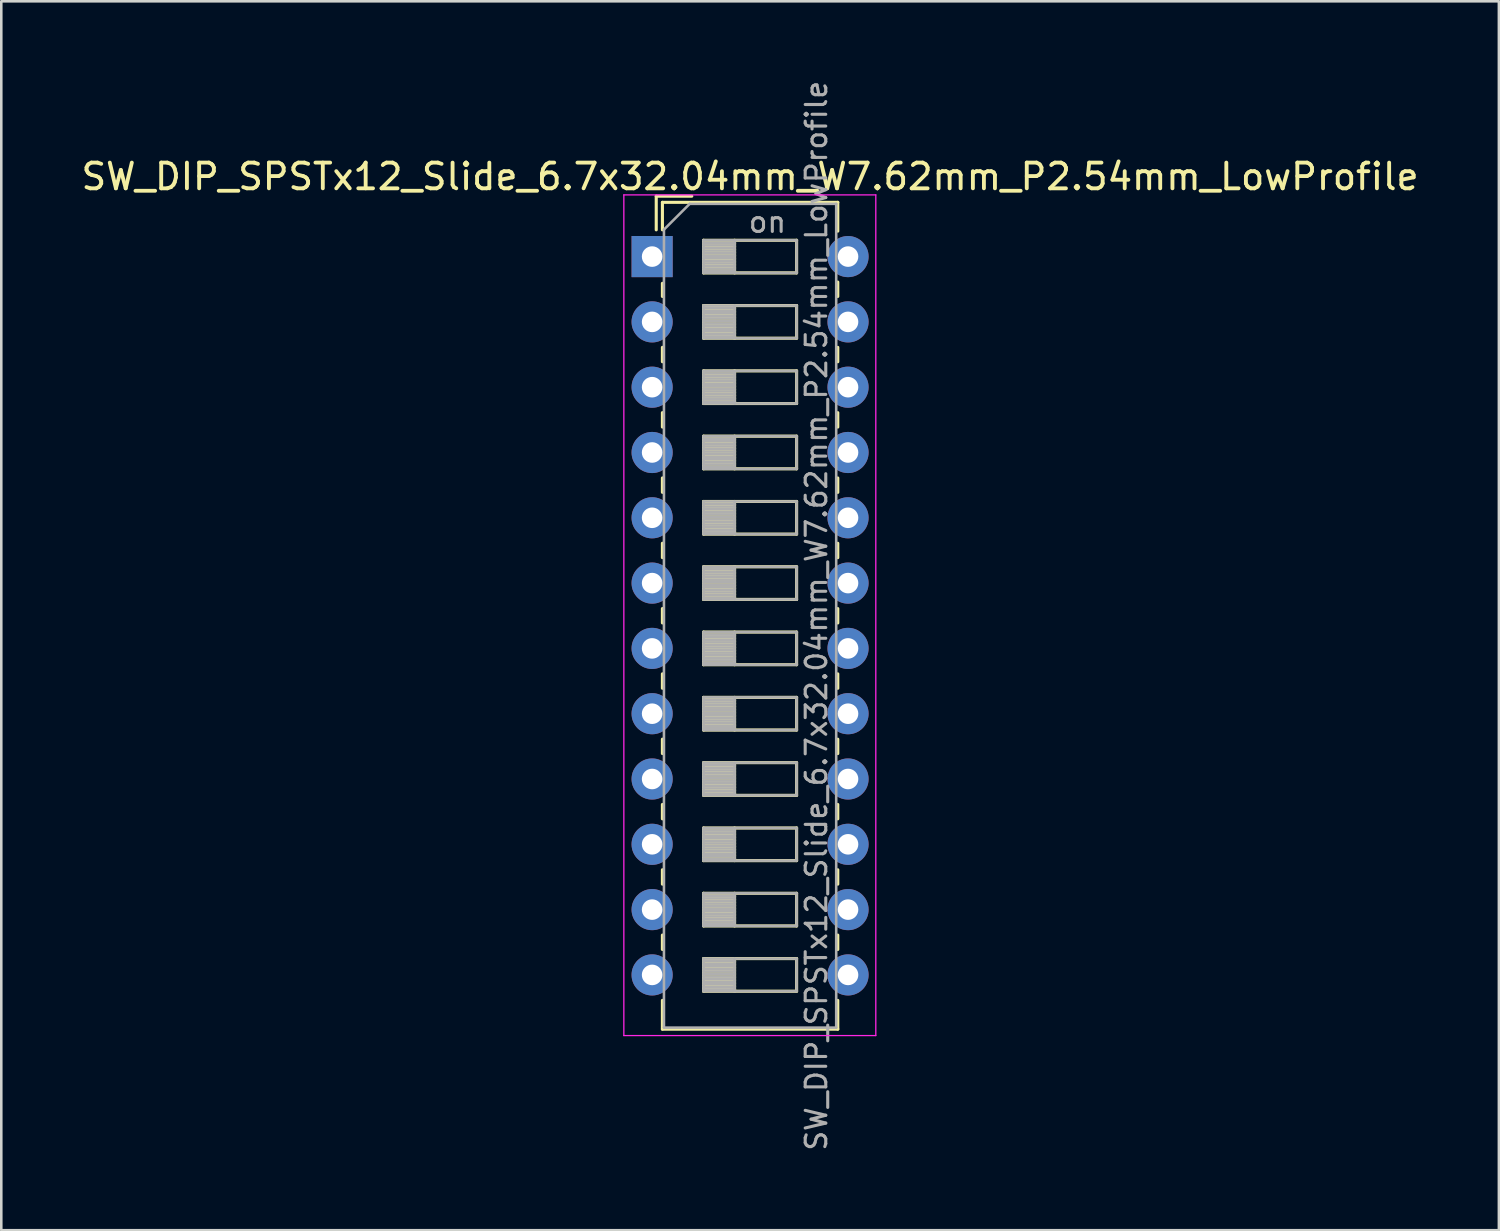
<source format=kicad_pcb>
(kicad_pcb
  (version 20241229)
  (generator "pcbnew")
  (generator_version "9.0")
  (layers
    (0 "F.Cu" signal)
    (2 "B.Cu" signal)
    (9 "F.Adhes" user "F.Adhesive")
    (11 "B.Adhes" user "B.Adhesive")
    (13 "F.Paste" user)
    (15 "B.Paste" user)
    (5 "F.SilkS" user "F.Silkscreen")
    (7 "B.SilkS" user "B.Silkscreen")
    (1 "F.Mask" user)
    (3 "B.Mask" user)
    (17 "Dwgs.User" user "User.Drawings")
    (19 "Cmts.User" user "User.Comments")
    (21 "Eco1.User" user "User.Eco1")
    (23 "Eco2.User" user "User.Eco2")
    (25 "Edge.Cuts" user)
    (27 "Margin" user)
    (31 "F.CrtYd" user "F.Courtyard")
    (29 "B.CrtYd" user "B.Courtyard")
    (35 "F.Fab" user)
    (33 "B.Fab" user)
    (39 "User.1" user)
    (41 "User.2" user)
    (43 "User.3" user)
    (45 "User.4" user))
  (footprint "SW_DIP_SPSTx12_Slide_6.7x32.04mm_W7.62mm_P2.54mm_LowProfile"
    (layer "F.Cu")
    (at 22.315 6.93)
    (property "Reference" "SW_DIP_SPSTx12_Slide_6.7x32.04mm_W7.62mm_P2.54mm_LowProfile" (at 3.81 -3.11 0) (layer "F.SilkS") (effects (font (size 1 1) (thickness 0.15))))
    (attr through_hole)
    (fp_line (start 0.16 -2.35) (end 0.16 -1.04) (stroke (width 0.12) (type solid)) (layer "F.SilkS"))
    (fp_line (start 0.16 -2.35) (end 1.543 -2.35) (stroke (width 0.12) (type solid)) (layer "F.SilkS"))
    (fp_line (start 0.4 -2.11) (end 0.4 -1.04) (stroke (width 0.12) (type solid)) (layer "F.SilkS"))
    (fp_line (start 0.4 -2.11) (end 7.221 -2.11) (stroke (width 0.12) (type solid)) (layer "F.SilkS"))
    (fp_line (start 0.4 1.04) (end 0.4 1.551) (stroke (width 0.12) (type solid)) (layer "F.SilkS"))
    (fp_line (start 0.4 3.53) (end 0.4 4.091) (stroke (width 0.12) (type solid)) (layer "F.SilkS"))
    (fp_line (start 0.4 6.07) (end 0.4 6.631) (stroke (width 0.12) (type solid)) (layer "F.SilkS"))
    (fp_line (start 0.4 8.61) (end 0.4 9.17) (stroke (width 0.12) (type solid)) (layer "F.SilkS"))
    (fp_line (start 0.4 11.15) (end 0.4 11.71) (stroke (width 0.12) (type solid)) (layer "F.SilkS"))
    (fp_line (start 0.4 13.69) (end 0.4 14.25) (stroke (width 0.12) (type solid)) (layer "F.SilkS"))
    (fp_line (start 0.4 16.23) (end 0.4 16.79) (stroke (width 0.12) (type solid)) (layer "F.SilkS"))
    (fp_line (start 0.4 18.77) (end 0.4 19.33) (stroke (width 0.12) (type solid)) (layer "F.SilkS"))
    (fp_line (start 0.4 21.31) (end 0.4 21.87) (stroke (width 0.12) (type solid)) (layer "F.SilkS"))
    (fp_line (start 0.4 23.85) (end 0.4 24.41) (stroke (width 0.12) (type solid)) (layer "F.SilkS"))
    (fp_line (start 0.4 26.39) (end 0.4 26.95) (stroke (width 0.12) (type solid)) (layer "F.SilkS"))
    (fp_line (start 0.4 28.93) (end 0.4 30.05) (stroke (width 0.12) (type solid)) (layer "F.SilkS"))
    (fp_line (start 0.4 30.05) (end 7.221 30.05) (stroke (width 0.12) (type solid)) (layer "F.SilkS"))
    (fp_line (start 2 -0.635) (end 2 0.635) (stroke (width 0.12) (type solid)) (layer "F.SilkS"))
    (fp_line (start 2 -0.515) (end 3.207 -0.515) (stroke (width 0.12) (type solid)) (layer "F.SilkS"))
    (fp_line (start 2 -0.395) (end 3.207 -0.395) (stroke (width 0.12) (type solid)) (layer "F.SilkS"))
    (fp_line (start 2 -0.275) (end 3.207 -0.275) (stroke (width 0.12) (type solid)) (layer "F.SilkS"))
    (fp_line (start 2 -0.155) (end 3.207 -0.155) (stroke (width 0.12) (type solid)) (layer "F.SilkS"))
    (fp_line (start 2 -0.035) (end 3.207 -0.035) (stroke (width 0.12) (type solid)) (layer "F.SilkS"))
    (fp_line (start 2 0.085) (end 3.207 0.085) (stroke (width 0.12) (type solid)) (layer "F.SilkS"))
    (fp_line (start 2 0.205) (end 3.207 0.205) (stroke (width 0.12) (type solid)) (layer "F.SilkS"))
    (fp_line (start 2 0.325) (end 3.207 0.325) (stroke (width 0.12) (type solid)) (layer "F.SilkS"))
    (fp_line (start 2 0.445) (end 3.207 0.445) (stroke (width 0.12) (type solid)) (layer "F.SilkS"))
    (fp_line (start 2 0.565) (end 3.207 0.565) (stroke (width 0.12) (type solid)) (layer "F.SilkS"))
    (fp_line (start 2 0.635) (end 5.62 0.635) (stroke (width 0.12) (type solid)) (layer "F.SilkS"))
    (fp_line (start 2 1.905) (end 2 3.175) (stroke (width 0.12) (type solid)) (layer "F.SilkS"))
    (fp_line (start 2 2.025) (end 3.207 2.025) (stroke (width 0.12) (type solid)) (layer "F.SilkS"))
    (fp_line (start 2 2.145) (end 3.207 2.145) (stroke (width 0.12) (type solid)) (layer "F.SilkS"))
    (fp_line (start 2 2.265) (end 3.207 2.265) (stroke (width 0.12) (type solid)) (layer "F.SilkS"))
    (fp_line (start 2 2.385) (end 3.207 2.385) (stroke (width 0.12) (type solid)) (layer "F.SilkS"))
    (fp_line (start 2 2.505) (end 3.207 2.505) (stroke (width 0.12) (type solid)) (layer "F.SilkS"))
    (fp_line (start 2 2.625) (end 3.207 2.625) (stroke (width 0.12) (type solid)) (layer "F.SilkS"))
    (fp_line (start 2 2.745) (end 3.207 2.745) (stroke (width 0.12) (type solid)) (layer "F.SilkS"))
    (fp_line (start 2 2.865) (end 3.207 2.865) (stroke (width 0.12) (type solid)) (layer "F.SilkS"))
    (fp_line (start 2 2.985) (end 3.207 2.985) (stroke (width 0.12) (type solid)) (layer "F.SilkS"))
    (fp_line (start 2 3.105) (end 3.207 3.105) (stroke (width 0.12) (type solid)) (layer "F.SilkS"))
    (fp_line (start 2 3.175) (end 5.62 3.175) (stroke (width 0.12) (type solid)) (layer "F.SilkS"))
    (fp_line (start 2 4.445) (end 2 5.715) (stroke (width 0.12) (type solid)) (layer "F.SilkS"))
    (fp_line (start 2 4.565) (end 3.207 4.565) (stroke (width 0.12) (type solid)) (layer "F.SilkS"))
    (fp_line (start 2 4.685) (end 3.207 4.685) (stroke (width 0.12) (type solid)) (layer "F.SilkS"))
    (fp_line (start 2 4.805) (end 3.207 4.805) (stroke (width 0.12) (type solid)) (layer "F.SilkS"))
    (fp_line (start 2 4.925) (end 3.207 4.925) (stroke (width 0.12) (type solid)) (layer "F.SilkS"))
    (fp_line (start 2 5.045) (end 3.207 5.045) (stroke (width 0.12) (type solid)) (layer "F.SilkS"))
    (fp_line (start 2 5.165) (end 3.207 5.165) (stroke (width 0.12) (type solid)) (layer "F.SilkS"))
    (fp_line (start 2 5.285) (end 3.207 5.285) (stroke (width 0.12) (type solid)) (layer "F.SilkS"))
    (fp_line (start 2 5.405) (end 3.207 5.405) (stroke (width 0.12) (type solid)) (layer "F.SilkS"))
    (fp_line (start 2 5.525) (end 3.207 5.525) (stroke (width 0.12) (type solid)) (layer "F.SilkS"))
    (fp_line (start 2 5.645) (end 3.207 5.645) (stroke (width 0.12) (type solid)) (layer "F.SilkS"))
    (fp_line (start 2 5.715) (end 5.62 5.715) (stroke (width 0.12) (type solid)) (layer "F.SilkS"))
    (fp_line (start 2 6.985) (end 2 8.255) (stroke (width 0.12) (type solid)) (layer "F.SilkS"))
    (fp_line (start 2 7.105) (end 3.207 7.105) (stroke (width 0.12) (type solid)) (layer "F.SilkS"))
    (fp_line (start 2 7.225) (end 3.207 7.225) (stroke (width 0.12) (type solid)) (layer "F.SilkS"))
    (fp_line (start 2 7.345) (end 3.207 7.345) (stroke (width 0.12) (type solid)) (layer "F.SilkS"))
    (fp_line (start 2 7.465) (end 3.207 7.465) (stroke (width 0.12) (type solid)) (layer "F.SilkS"))
    (fp_line (start 2 7.585) (end 3.207 7.585) (stroke (width 0.12) (type solid)) (layer "F.SilkS"))
    (fp_line (start 2 7.705) (end 3.207 7.705) (stroke (width 0.12) (type solid)) (layer "F.SilkS"))
    (fp_line (start 2 7.825) (end 3.207 7.825) (stroke (width 0.12) (type solid)) (layer "F.SilkS"))
    (fp_line (start 2 7.945) (end 3.207 7.945) (stroke (width 0.12) (type solid)) (layer "F.SilkS"))
    (fp_line (start 2 8.065) (end 3.207 8.065) (stroke (width 0.12) (type solid)) (layer "F.SilkS"))
    (fp_line (start 2 8.185) (end 3.207 8.185) (stroke (width 0.12) (type solid)) (layer "F.SilkS"))
    (fp_line (start 2 8.255) (end 5.62 8.255) (stroke (width 0.12) (type solid)) (layer "F.SilkS"))
    (fp_line (start 2 9.525) (end 2 10.795) (stroke (width 0.12) (type solid)) (layer "F.SilkS"))
    (fp_line (start 2 9.645) (end 3.207 9.645) (stroke (width 0.12) (type solid)) (layer "F.SilkS"))
    (fp_line (start 2 9.765) (end 3.207 9.765) (stroke (width 0.12) (type solid)) (layer "F.SilkS"))
    (fp_line (start 2 9.885) (end 3.207 9.885) (stroke (width 0.12) (type solid)) (layer "F.SilkS"))
    (fp_line (start 2 10.005) (end 3.207 10.005) (stroke (width 0.12) (type solid)) (layer "F.SilkS"))
    (fp_line (start 2 10.125) (end 3.207 10.125) (stroke (width 0.12) (type solid)) (layer "F.SilkS"))
    (fp_line (start 2 10.245) (end 3.207 10.245) (stroke (width 0.12) (type solid)) (layer "F.SilkS"))
    (fp_line (start 2 10.365) (end 3.207 10.365) (stroke (width 0.12) (type solid)) (layer "F.SilkS"))
    (fp_line (start 2 10.485) (end 3.207 10.485) (stroke (width 0.12) (type solid)) (layer "F.SilkS"))
    (fp_line (start 2 10.605) (end 3.207 10.605) (stroke (width 0.12) (type solid)) (layer "F.SilkS"))
    (fp_line (start 2 10.725) (end 3.207 10.725) (stroke (width 0.12) (type solid)) (layer "F.SilkS"))
    (fp_line (start 2 10.795) (end 5.62 10.795) (stroke (width 0.12) (type solid)) (layer "F.SilkS"))
    (fp_line (start 2 12.065) (end 2 13.335) (stroke (width 0.12) (type solid)) (layer "F.SilkS"))
    (fp_line (start 2 12.185) (end 3.207 12.185) (stroke (width 0.12) (type solid)) (layer "F.SilkS"))
    (fp_line (start 2 12.305) (end 3.207 12.305) (stroke (width 0.12) (type solid)) (layer "F.SilkS"))
    (fp_line (start 2 12.425) (end 3.207 12.425) (stroke (width 0.12) (type solid)) (layer "F.SilkS"))
    (fp_line (start 2 12.545) (end 3.207 12.545) (stroke (width 0.12) (type solid)) (layer "F.SilkS"))
    (fp_line (start 2 12.665) (end 3.207 12.665) (stroke (width 0.12) (type solid)) (layer "F.SilkS"))
    (fp_line (start 2 12.785) (end 3.207 12.785) (stroke (width 0.12) (type solid)) (layer "F.SilkS"))
    (fp_line (start 2 12.905) (end 3.207 12.905) (stroke (width 0.12) (type solid)) (layer "F.SilkS"))
    (fp_line (start 2 13.025) (end 3.207 13.025) (stroke (width 0.12) (type solid)) (layer "F.SilkS"))
    (fp_line (start 2 13.145) (end 3.207 13.145) (stroke (width 0.12) (type solid)) (layer "F.SilkS"))
    (fp_line (start 2 13.265) (end 3.207 13.265) (stroke (width 0.12) (type solid)) (layer "F.SilkS"))
    (fp_line (start 2 13.335) (end 5.62 13.335) (stroke (width 0.12) (type solid)) (layer "F.SilkS"))
    (fp_line (start 2 14.605) (end 2 15.875) (stroke (width 0.12) (type solid)) (layer "F.SilkS"))
    (fp_line (start 2 14.725) (end 3.207 14.725) (stroke (width 0.12) (type solid)) (layer "F.SilkS"))
    (fp_line (start 2 14.845) (end 3.207 14.845) (stroke (width 0.12) (type solid)) (layer "F.SilkS"))
    (fp_line (start 2 14.965) (end 3.207 14.965) (stroke (width 0.12) (type solid)) (layer "F.SilkS"))
    (fp_line (start 2 15.085) (end 3.207 15.085) (stroke (width 0.12) (type solid)) (layer "F.SilkS"))
    (fp_line (start 2 15.205) (end 3.207 15.205) (stroke (width 0.12) (type solid)) (layer "F.SilkS"))
    (fp_line (start 2 15.325) (end 3.207 15.325) (stroke (width 0.12) (type solid)) (layer "F.SilkS"))
    (fp_line (start 2 15.445) (end 3.207 15.445) (stroke (width 0.12) (type solid)) (layer "F.SilkS"))
    (fp_line (start 2 15.565) (end 3.207 15.565) (stroke (width 0.12) (type solid)) (layer "F.SilkS"))
    (fp_line (start 2 15.685) (end 3.207 15.685) (stroke (width 0.12) (type solid)) (layer "F.SilkS"))
    (fp_line (start 2 15.805) (end 3.207 15.805) (stroke (width 0.12) (type solid)) (layer "F.SilkS"))
    (fp_line (start 2 15.875) (end 5.62 15.875) (stroke (width 0.12) (type solid)) (layer "F.SilkS"))
    (fp_line (start 2 17.145) (end 2 18.415) (stroke (width 0.12) (type solid)) (layer "F.SilkS"))
    (fp_line (start 2 17.265) (end 3.207 17.265) (stroke (width 0.12) (type solid)) (layer "F.SilkS"))
    (fp_line (start 2 17.385) (end 3.207 17.385) (stroke (width 0.12) (type solid)) (layer "F.SilkS"))
    (fp_line (start 2 17.505) (end 3.207 17.505) (stroke (width 0.12) (type solid)) (layer "F.SilkS"))
    (fp_line (start 2 17.625) (end 3.207 17.625) (stroke (width 0.12) (type solid)) (layer "F.SilkS"))
    (fp_line (start 2 17.745) (end 3.207 17.745) (stroke (width 0.12) (type solid)) (layer "F.SilkS"))
    (fp_line (start 2 17.865) (end 3.207 17.865) (stroke (width 0.12) (type solid)) (layer "F.SilkS"))
    (fp_line (start 2 17.985) (end 3.207 17.985) (stroke (width 0.12) (type solid)) (layer "F.SilkS"))
    (fp_line (start 2 18.105) (end 3.207 18.105) (stroke (width 0.12) (type solid)) (layer "F.SilkS"))
    (fp_line (start 2 18.225) (end 3.207 18.225) (stroke (width 0.12) (type solid)) (layer "F.SilkS"))
    (fp_line (start 2 18.345) (end 3.207 18.345) (stroke (width 0.12) (type solid)) (layer "F.SilkS"))
    (fp_line (start 2 18.415) (end 5.62 18.415) (stroke (width 0.12) (type solid)) (layer "F.SilkS"))
    (fp_line (start 2 19.685) (end 2 20.955) (stroke (width 0.12) (type solid)) (layer "F.SilkS"))
    (fp_line (start 2 19.805) (end 3.207 19.805) (stroke (width 0.12) (type solid)) (layer "F.SilkS"))
    (fp_line (start 2 19.925) (end 3.207 19.925) (stroke (width 0.12) (type solid)) (layer "F.SilkS"))
    (fp_line (start 2 20.045) (end 3.207 20.045) (stroke (width 0.12) (type solid)) (layer "F.SilkS"))
    (fp_line (start 2 20.165) (end 3.207 20.165) (stroke (width 0.12) (type solid)) (layer "F.SilkS"))
    (fp_line (start 2 20.285) (end 3.207 20.285) (stroke (width 0.12) (type solid)) (layer "F.SilkS"))
    (fp_line (start 2 20.405) (end 3.207 20.405) (stroke (width 0.12) (type solid)) (layer "F.SilkS"))
    (fp_line (start 2 20.525) (end 3.207 20.525) (stroke (width 0.12) (type solid)) (layer "F.SilkS"))
    (fp_line (start 2 20.645) (end 3.207 20.645) (stroke (width 0.12) (type solid)) (layer "F.SilkS"))
    (fp_line (start 2 20.765) (end 3.207 20.765) (stroke (width 0.12) (type solid)) (layer "F.SilkS"))
    (fp_line (start 2 20.885) (end 3.207 20.885) (stroke (width 0.12) (type solid)) (layer "F.SilkS"))
    (fp_line (start 2 20.955) (end 5.62 20.955) (stroke (width 0.12) (type solid)) (layer "F.SilkS"))
    (fp_line (start 2 22.225) (end 2 23.495) (stroke (width 0.12) (type solid)) (layer "F.SilkS"))
    (fp_line (start 2 22.345) (end 3.207 22.345) (stroke (width 0.12) (type solid)) (layer "F.SilkS"))
    (fp_line (start 2 22.465) (end 3.207 22.465) (stroke (width 0.12) (type solid)) (layer "F.SilkS"))
    (fp_line (start 2 22.585) (end 3.207 22.585) (stroke (width 0.12) (type solid)) (layer "F.SilkS"))
    (fp_line (start 2 22.705) (end 3.207 22.705) (stroke (width 0.12) (type solid)) (layer "F.SilkS"))
    (fp_line (start 2 22.825) (end 3.207 22.825) (stroke (width 0.12) (type solid)) (layer "F.SilkS"))
    (fp_line (start 2 22.945) (end 3.207 22.945) (stroke (width 0.12) (type solid)) (layer "F.SilkS"))
    (fp_line (start 2 23.065) (end 3.207 23.065) (stroke (width 0.12) (type solid)) (layer "F.SilkS"))
    (fp_line (start 2 23.185) (end 3.207 23.185) (stroke (width 0.12) (type solid)) (layer "F.SilkS"))
    (fp_line (start 2 23.305) (end 3.207 23.305) (stroke (width 0.12) (type solid)) (layer "F.SilkS"))
    (fp_line (start 2 23.425) (end 3.207 23.425) (stroke (width 0.12) (type solid)) (layer "F.SilkS"))
    (fp_line (start 2 23.495) (end 5.62 23.495) (stroke (width 0.12) (type solid)) (layer "F.SilkS"))
    (fp_line (start 2 24.765) (end 2 26.035) (stroke (width 0.12) (type solid)) (layer "F.SilkS"))
    (fp_line (start 2 24.885) (end 3.207 24.885) (stroke (width 0.12) (type solid)) (layer "F.SilkS"))
    (fp_line (start 2 25.005) (end 3.207 25.005) (stroke (width 0.12) (type solid)) (layer "F.SilkS"))
    (fp_line (start 2 25.125) (end 3.207 25.125) (stroke (width 0.12) (type solid)) (layer "F.SilkS"))
    (fp_line (start 2 25.245) (end 3.207 25.245) (stroke (width 0.12) (type solid)) (layer "F.SilkS"))
    (fp_line (start 2 25.365) (end 3.207 25.365) (stroke (width 0.12) (type solid)) (layer "F.SilkS"))
    (fp_line (start 2 25.485) (end 3.207 25.485) (stroke (width 0.12) (type solid)) (layer "F.SilkS"))
    (fp_line (start 2 25.605) (end 3.207 25.605) (stroke (width 0.12) (type solid)) (layer "F.SilkS"))
    (fp_line (start 2 25.725) (end 3.207 25.725) (stroke (width 0.12) (type solid)) (layer "F.SilkS"))
    (fp_line (start 2 25.845) (end 3.207 25.845) (stroke (width 0.12) (type solid)) (layer "F.SilkS"))
    (fp_line (start 2 25.965) (end 3.207 25.965) (stroke (width 0.12) (type solid)) (layer "F.SilkS"))
    (fp_line (start 2 26.035) (end 5.62 26.035) (stroke (width 0.12) (type solid)) (layer "F.SilkS"))
    (fp_line (start 2 27.305) (end 2 28.575) (stroke (width 0.12) (type solid)) (layer "F.SilkS"))
    (fp_line (start 2 27.425) (end 3.207 27.425) (stroke (width 0.12) (type solid)) (layer "F.SilkS"))
    (fp_line (start 2 27.545) (end 3.207 27.545) (stroke (width 0.12) (type solid)) (layer "F.SilkS"))
    (fp_line (start 2 27.665) (end 3.207 27.665) (stroke (width 0.12) (type solid)) (layer "F.SilkS"))
    (fp_line (start 2 27.785) (end 3.207 27.785) (stroke (width 0.12) (type solid)) (layer "F.SilkS"))
    (fp_line (start 2 27.905) (end 3.207 27.905) (stroke (width 0.12) (type solid)) (layer "F.SilkS"))
    (fp_line (start 2 28.025) (end 3.207 28.025) (stroke (width 0.12) (type solid)) (layer "F.SilkS"))
    (fp_line (start 2 28.145) (end 3.207 28.145) (stroke (width 0.12) (type solid)) (layer "F.SilkS"))
    (fp_line (start 2 28.265) (end 3.207 28.265) (stroke (width 0.12) (type solid)) (layer "F.SilkS"))
    (fp_line (start 2 28.385) (end 3.207 28.385) (stroke (width 0.12) (type solid)) (layer "F.SilkS"))
    (fp_line (start 2 28.505) (end 3.207 28.505) (stroke (width 0.12) (type solid)) (layer "F.SilkS"))
    (fp_line (start 2 28.575) (end 5.62 28.575) (stroke (width 0.12) (type solid)) (layer "F.SilkS"))
    (fp_line (start 3.207 -0.635) (end 3.207 0.635) (stroke (width 0.12) (type solid)) (layer "F.SilkS"))
    (fp_line (start 3.207 1.905) (end 3.207 3.175) (stroke (width 0.12) (type solid)) (layer "F.SilkS"))
    (fp_line (start 3.207 4.445) (end 3.207 5.715) (stroke (width 0.12) (type solid)) (layer "F.SilkS"))
    (fp_line (start 3.207 6.985) (end 3.207 8.255) (stroke (width 0.12) (type solid)) (layer "F.SilkS"))
    (fp_line (start 3.207 9.525) (end 3.207 10.795) (stroke (width 0.12) (type solid)) (layer "F.SilkS"))
    (fp_line (start 3.207 12.065) (end 3.207 13.335) (stroke (width 0.12) (type solid)) (layer "F.SilkS"))
    (fp_line (start 3.207 14.605) (end 3.207 15.875) (stroke (width 0.12) (type solid)) (layer "F.SilkS"))
    (fp_line (start 3.207 17.145) (end 3.207 18.415) (stroke (width 0.12) (type solid)) (layer "F.SilkS"))
    (fp_line (start 3.207 19.685) (end 3.207 20.955) (stroke (width 0.12) (type solid)) (layer "F.SilkS"))
    (fp_line (start 3.207 22.225) (end 3.207 23.495) (stroke (width 0.12) (type solid)) (layer "F.SilkS"))
    (fp_line (start 3.207 24.765) (end 3.207 26.035) (stroke (width 0.12) (type solid)) (layer "F.SilkS"))
    (fp_line (start 3.207 27.305) (end 3.207 28.575) (stroke (width 0.12) (type solid)) (layer "F.SilkS"))
    (fp_line (start 5.62 -0.635) (end 2 -0.635) (stroke (width 0.12) (type solid)) (layer "F.SilkS"))
    (fp_line (start 5.62 0.635) (end 5.62 -0.635) (stroke (width 0.12) (type solid)) (layer "F.SilkS"))
    (fp_line (start 5.62 1.905) (end 2 1.905) (stroke (width 0.12) (type solid)) (layer "F.SilkS"))
    (fp_line (start 5.62 3.175) (end 5.62 1.905) (stroke (width 0.12) (type solid)) (layer "F.SilkS"))
    (fp_line (start 5.62 4.445) (end 2 4.445) (stroke (width 0.12) (type solid)) (layer "F.SilkS"))
    (fp_line (start 5.62 5.715) (end 5.62 4.445) (stroke (width 0.12) (type solid)) (layer "F.SilkS"))
    (fp_line (start 5.62 6.985) (end 2 6.985) (stroke (width 0.12) (type solid)) (layer "F.SilkS"))
    (fp_line (start 5.62 8.255) (end 5.62 6.985) (stroke (width 0.12) (type solid)) (layer "F.SilkS"))
    (fp_line (start 5.62 9.525) (end 2 9.525) (stroke (width 0.12) (type solid)) (layer "F.SilkS"))
    (fp_line (start 5.62 10.795) (end 5.62 9.525) (stroke (width 0.12) (type solid)) (layer "F.SilkS"))
    (fp_line (start 5.62 12.065) (end 2 12.065) (stroke (width 0.12) (type solid)) (layer "F.SilkS"))
    (fp_line (start 5.62 13.335) (end 5.62 12.065) (stroke (width 0.12) (type solid)) (layer "F.SilkS"))
    (fp_line (start 5.62 14.605) (end 2 14.605) (stroke (width 0.12) (type solid)) (layer "F.SilkS"))
    (fp_line (start 5.62 15.875) (end 5.62 14.605) (stroke (width 0.12) (type solid)) (layer "F.SilkS"))
    (fp_line (start 5.62 17.145) (end 2 17.145) (stroke (width 0.12) (type solid)) (layer "F.SilkS"))
    (fp_line (start 5.62 18.415) (end 5.62 17.145) (stroke (width 0.12) (type solid)) (layer "F.SilkS"))
    (fp_line (start 5.62 19.685) (end 2 19.685) (stroke (width 0.12) (type solid)) (layer "F.SilkS"))
    (fp_line (start 5.62 20.955) (end 5.62 19.685) (stroke (width 0.12) (type solid)) (layer "F.SilkS"))
    (fp_line (start 5.62 22.225) (end 2 22.225) (stroke (width 0.12) (type solid)) (layer "F.SilkS"))
    (fp_line (start 5.62 23.495) (end 5.62 22.225) (stroke (width 0.12) (type solid)) (layer "F.SilkS"))
    (fp_line (start 5.62 24.765) (end 2 24.765) (stroke (width 0.12) (type solid)) (layer "F.SilkS"))
    (fp_line (start 5.62 26.035) (end 5.62 24.765) (stroke (width 0.12) (type solid)) (layer "F.SilkS"))
    (fp_line (start 5.62 27.305) (end 2 27.305) (stroke (width 0.12) (type solid)) (layer "F.SilkS"))
    (fp_line (start 5.62 28.575) (end 5.62 27.305) (stroke (width 0.12) (type solid)) (layer "F.SilkS"))
    (fp_line (start 7.221 -2.11) (end 7.221 -0.99) (stroke (width 0.12) (type solid)) (layer "F.SilkS"))
    (fp_line (start 7.221 0.991) (end 7.221 1.551) (stroke (width 0.12) (type solid)) (layer "F.SilkS"))
    (fp_line (start 7.221 3.531) (end 7.221 4.091) (stroke (width 0.12) (type solid)) (layer "F.SilkS"))
    (fp_line (start 7.221 6.071) (end 7.221 6.631) (stroke (width 0.12) (type solid)) (layer "F.SilkS"))
    (fp_line (start 7.221 8.611) (end 7.221 9.171) (stroke (width 0.12) (type solid)) (layer "F.SilkS"))
    (fp_line (start 7.221 11.151) (end 7.221 11.711) (stroke (width 0.12) (type solid)) (layer "F.SilkS"))
    (fp_line (start 7.221 13.691) (end 7.221 14.251) (stroke (width 0.12) (type solid)) (layer "F.SilkS"))
    (fp_line (start 7.221 16.231) (end 7.221 16.791) (stroke (width 0.12) (type solid)) (layer "F.SilkS"))
    (fp_line (start 7.221 18.771) (end 7.221 19.33) (stroke (width 0.12) (type solid)) (layer "F.SilkS"))
    (fp_line (start 7.221 21.311) (end 7.221 21.87) (stroke (width 0.12) (type solid)) (layer "F.SilkS"))
    (fp_line (start 7.221 23.851) (end 7.221 24.41) (stroke (width 0.12) (type solid)) (layer "F.SilkS"))
    (fp_line (start 7.221 26.391) (end 7.221 26.95) (stroke (width 0.12) (type solid)) (layer "F.SilkS"))
    (fp_line (start 7.221 28.931) (end 7.221 30.05) (stroke (width 0.12) (type solid)) (layer "F.SilkS"))
    (fp_line (start -1.1 -2.4) (end -1.1 30.3) (stroke (width 0.05) (type solid)) (layer "F.CrtYd"))
    (fp_line (start -1.1 30.3) (end 8.7 30.3) (stroke (width 0.05) (type solid)) (layer "F.CrtYd"))
    (fp_line (start 8.7 -2.4) (end -1.1 -2.4) (stroke (width 0.05) (type solid)) (layer "F.CrtYd"))
    (fp_line (start 8.7 30.3) (end 8.7 -2.4) (stroke (width 0.05) (type solid)) (layer "F.CrtYd"))
    (fp_line (start 0.46 -1.05) (end 1.46 -2.05) (stroke (width 0.1) (type solid)) (layer "F.Fab"))
    (fp_line (start 0.46 29.99) (end 0.46 -1.05) (stroke (width 0.1) (type solid)) (layer "F.Fab"))
    (fp_line (start 1.46 -2.05) (end 7.16 -2.05) (stroke (width 0.1) (type solid)) (layer "F.Fab"))
    (fp_line (start 2 -0.635) (end 2 0.635) (stroke (width 0.1) (type solid)) (layer "F.Fab"))
    (fp_line (start 2 -0.535) (end 3.207 -0.535) (stroke (width 0.1) (type solid)) (layer "F.Fab"))
    (fp_line (start 2 -0.435) (end 3.207 -0.435) (stroke (width 0.1) (type solid)) (layer "F.Fab"))
    (fp_line (start 2 -0.335) (end 3.207 -0.335) (stroke (width 0.1) (type solid)) (layer "F.Fab"))
    (fp_line (start 2 -0.235) (end 3.207 -0.235) (stroke (width 0.1) (type solid)) (layer "F.Fab"))
    (fp_line (start 2 -0.135) (end 3.207 -0.135) (stroke (width 0.1) (type solid)) (layer "F.Fab"))
    (fp_line (start 2 -0.035) (end 3.207 -0.035) (stroke (width 0.1) (type solid)) (layer "F.Fab"))
    (fp_line (start 2 0.065) (end 3.207 0.065) (stroke (width 0.1) (type solid)) (layer "F.Fab"))
    (fp_line (start 2 0.165) (end 3.207 0.165) (stroke (width 0.1) (type solid)) (layer "F.Fab"))
    (fp_line (start 2 0.265) (end 3.207 0.265) (stroke (width 0.1) (type solid)) (layer "F.Fab"))
    (fp_line (start 2 0.365) (end 3.207 0.365) (stroke (width 0.1) (type solid)) (layer "F.Fab"))
    (fp_line (start 2 0.465) (end 3.207 0.465) (stroke (width 0.1) (type solid)) (layer "F.Fab"))
    (fp_line (start 2 0.565) (end 3.207 0.565) (stroke (width 0.1) (type solid)) (layer "F.Fab"))
    (fp_line (start 2 0.635) (end 5.62 0.635) (stroke (width 0.1) (type solid)) (layer "F.Fab"))
    (fp_line (start 2 1.905) (end 2 3.175) (stroke (width 0.1) (type solid)) (layer "F.Fab"))
    (fp_line (start 2 2.005) (end 3.207 2.005) (stroke (width 0.1) (type solid)) (layer "F.Fab"))
    (fp_line (start 2 2.105) (end 3.207 2.105) (stroke (width 0.1) (type solid)) (layer "F.Fab"))
    (fp_line (start 2 2.205) (end 3.207 2.205) (stroke (width 0.1) (type solid)) (layer "F.Fab"))
    (fp_line (start 2 2.305) (end 3.207 2.305) (stroke (width 0.1) (type solid)) (layer "F.Fab"))
    (fp_line (start 2 2.405) (end 3.207 2.405) (stroke (width 0.1) (type solid)) (layer "F.Fab"))
    (fp_line (start 2 2.505) (end 3.207 2.505) (stroke (width 0.1) (type solid)) (layer "F.Fab"))
    (fp_line (start 2 2.605) (end 3.207 2.605) (stroke (width 0.1) (type solid)) (layer "F.Fab"))
    (fp_line (start 2 2.705) (end 3.207 2.705) (stroke (width 0.1) (type solid)) (layer "F.Fab"))
    (fp_line (start 2 2.805) (end 3.207 2.805) (stroke (width 0.1) (type solid)) (layer "F.Fab"))
    (fp_line (start 2 2.905) (end 3.207 2.905) (stroke (width 0.1) (type solid)) (layer "F.Fab"))
    (fp_line (start 2 3.005) (end 3.207 3.005) (stroke (width 0.1) (type solid)) (layer "F.Fab"))
    (fp_line (start 2 3.105) (end 3.207 3.105) (stroke (width 0.1) (type solid)) (layer "F.Fab"))
    (fp_line (start 2 3.175) (end 5.62 3.175) (stroke (width 0.1) (type solid)) (layer "F.Fab"))
    (fp_line (start 2 4.445) (end 2 5.715) (stroke (width 0.1) (type solid)) (layer "F.Fab"))
    (fp_line (start 2 4.545) (end 3.207 4.545) (stroke (width 0.1) (type solid)) (layer "F.Fab"))
    (fp_line (start 2 4.645) (end 3.207 4.645) (stroke (width 0.1) (type solid)) (layer "F.Fab"))
    (fp_line (start 2 4.745) (end 3.207 4.745) (stroke (width 0.1) (type solid)) (layer "F.Fab"))
    (fp_line (start 2 4.845) (end 3.207 4.845) (stroke (width 0.1) (type solid)) (layer "F.Fab"))
    (fp_line (start 2 4.945) (end 3.207 4.945) (stroke (width 0.1) (type solid)) (layer "F.Fab"))
    (fp_line (start 2 5.045) (end 3.207 5.045) (stroke (width 0.1) (type solid)) (layer "F.Fab"))
    (fp_line (start 2 5.145) (end 3.207 5.145) (stroke (width 0.1) (type solid)) (layer "F.Fab"))
    (fp_line (start 2 5.245) (end 3.207 5.245) (stroke (width 0.1) (type solid)) (layer "F.Fab"))
    (fp_line (start 2 5.345) (end 3.207 5.345) (stroke (width 0.1) (type solid)) (layer "F.Fab"))
    (fp_line (start 2 5.445) (end 3.207 5.445) (stroke (width 0.1) (type solid)) (layer "F.Fab"))
    (fp_line (start 2 5.545) (end 3.207 5.545) (stroke (width 0.1) (type solid)) (layer "F.Fab"))
    (fp_line (start 2 5.645) (end 3.207 5.645) (stroke (width 0.1) (type solid)) (layer "F.Fab"))
    (fp_line (start 2 5.715) (end 5.62 5.715) (stroke (width 0.1) (type solid)) (layer "F.Fab"))
    (fp_line (start 2 6.985) (end 2 8.255) (stroke (width 0.1) (type solid)) (layer "F.Fab"))
    (fp_line (start 2 7.085) (end 3.207 7.085) (stroke (width 0.1) (type solid)) (layer "F.Fab"))
    (fp_line (start 2 7.185) (end 3.207 7.185) (stroke (width 0.1) (type solid)) (layer "F.Fab"))
    (fp_line (start 2 7.285) (end 3.207 7.285) (stroke (width 0.1) (type solid)) (layer "F.Fab"))
    (fp_line (start 2 7.385) (end 3.207 7.385) (stroke (width 0.1) (type solid)) (layer "F.Fab"))
    (fp_line (start 2 7.485) (end 3.207 7.485) (stroke (width 0.1) (type solid)) (layer "F.Fab"))
    (fp_line (start 2 7.585) (end 3.207 7.585) (stroke (width 0.1) (type solid)) (layer "F.Fab"))
    (fp_line (start 2 7.685) (end 3.207 7.685) (stroke (width 0.1) (type solid)) (layer "F.Fab"))
    (fp_line (start 2 7.785) (end 3.207 7.785) (stroke (width 0.1) (type solid)) (layer "F.Fab"))
    (fp_line (start 2 7.885) (end 3.207 7.885) (stroke (width 0.1) (type solid)) (layer "F.Fab"))
    (fp_line (start 2 7.985) (end 3.207 7.985) (stroke (width 0.1) (type solid)) (layer "F.Fab"))
    (fp_line (start 2 8.085) (end 3.207 8.085) (stroke (width 0.1) (type solid)) (layer "F.Fab"))
    (fp_line (start 2 8.185) (end 3.207 8.185) (stroke (width 0.1) (type solid)) (layer "F.Fab"))
    (fp_line (start 2 8.255) (end 5.62 8.255) (stroke (width 0.1) (type solid)) (layer "F.Fab"))
    (fp_line (start 2 9.525) (end 2 10.795) (stroke (width 0.1) (type solid)) (layer "F.Fab"))
    (fp_line (start 2 9.625) (end 3.207 9.625) (stroke (width 0.1) (type solid)) (layer "F.Fab"))
    (fp_line (start 2 9.725) (end 3.207 9.725) (stroke (width 0.1) (type solid)) (layer "F.Fab"))
    (fp_line (start 2 9.825) (end 3.207 9.825) (stroke (width 0.1) (type solid)) (layer "F.Fab"))
    (fp_line (start 2 9.925) (end 3.207 9.925) (stroke (width 0.1) (type solid)) (layer "F.Fab"))
    (fp_line (start 2 10.025) (end 3.207 10.025) (stroke (width 0.1) (type solid)) (layer "F.Fab"))
    (fp_line (start 2 10.125) (end 3.207 10.125) (stroke (width 0.1) (type solid)) (layer "F.Fab"))
    (fp_line (start 2 10.225) (end 3.207 10.225) (stroke (width 0.1) (type solid)) (layer "F.Fab"))
    (fp_line (start 2 10.325) (end 3.207 10.325) (stroke (width 0.1) (type solid)) (layer "F.Fab"))
    (fp_line (start 2 10.425) (end 3.207 10.425) (stroke (width 0.1) (type solid)) (layer "F.Fab"))
    (fp_line (start 2 10.525) (end 3.207 10.525) (stroke (width 0.1) (type solid)) (layer "F.Fab"))
    (fp_line (start 2 10.625) (end 3.207 10.625) (stroke (width 0.1) (type solid)) (layer "F.Fab"))
    (fp_line (start 2 10.725) (end 3.207 10.725) (stroke (width 0.1) (type solid)) (layer "F.Fab"))
    (fp_line (start 2 10.795) (end 5.62 10.795) (stroke (width 0.1) (type solid)) (layer "F.Fab"))
    (fp_line (start 2 12.065) (end 2 13.335) (stroke (width 0.1) (type solid)) (layer "F.Fab"))
    (fp_line (start 2 12.165) (end 3.207 12.165) (stroke (width 0.1) (type solid)) (layer "F.Fab"))
    (fp_line (start 2 12.265) (end 3.207 12.265) (stroke (width 0.1) (type solid)) (layer "F.Fab"))
    (fp_line (start 2 12.365) (end 3.207 12.365) (stroke (width 0.1) (type solid)) (layer "F.Fab"))
    (fp_line (start 2 12.465) (end 3.207 12.465) (stroke (width 0.1) (type solid)) (layer "F.Fab"))
    (fp_line (start 2 12.565) (end 3.207 12.565) (stroke (width 0.1) (type solid)) (layer "F.Fab"))
    (fp_line (start 2 12.665) (end 3.207 12.665) (stroke (width 0.1) (type solid)) (layer "F.Fab"))
    (fp_line (start 2 12.765) (end 3.207 12.765) (stroke (width 0.1) (type solid)) (layer "F.Fab"))
    (fp_line (start 2 12.865) (end 3.207 12.865) (stroke (width 0.1) (type solid)) (layer "F.Fab"))
    (fp_line (start 2 12.965) (end 3.207 12.965) (stroke (width 0.1) (type solid)) (layer "F.Fab"))
    (fp_line (start 2 13.065) (end 3.207 13.065) (stroke (width 0.1) (type solid)) (layer "F.Fab"))
    (fp_line (start 2 13.165) (end 3.207 13.165) (stroke (width 0.1) (type solid)) (layer "F.Fab"))
    (fp_line (start 2 13.265) (end 3.207 13.265) (stroke (width 0.1) (type solid)) (layer "F.Fab"))
    (fp_line (start 2 13.335) (end 5.62 13.335) (stroke (width 0.1) (type solid)) (layer "F.Fab"))
    (fp_line (start 2 14.605) (end 2 15.875) (stroke (width 0.1) (type solid)) (layer "F.Fab"))
    (fp_line (start 2 14.705) (end 3.207 14.705) (stroke (width 0.1) (type solid)) (layer "F.Fab"))
    (fp_line (start 2 14.805) (end 3.207 14.805) (stroke (width 0.1) (type solid)) (layer "F.Fab"))
    (fp_line (start 2 14.905) (end 3.207 14.905) (stroke (width 0.1) (type solid)) (layer "F.Fab"))
    (fp_line (start 2 15.005) (end 3.207 15.005) (stroke (width 0.1) (type solid)) (layer "F.Fab"))
    (fp_line (start 2 15.105) (end 3.207 15.105) (stroke (width 0.1) (type solid)) (layer "F.Fab"))
    (fp_line (start 2 15.205) (end 3.207 15.205) (stroke (width 0.1) (type solid)) (layer "F.Fab"))
    (fp_line (start 2 15.305) (end 3.207 15.305) (stroke (width 0.1) (type solid)) (layer "F.Fab"))
    (fp_line (start 2 15.405) (end 3.207 15.405) (stroke (width 0.1) (type solid)) (layer "F.Fab"))
    (fp_line (start 2 15.505) (end 3.207 15.505) (stroke (width 0.1) (type solid)) (layer "F.Fab"))
    (fp_line (start 2 15.605) (end 3.207 15.605) (stroke (width 0.1) (type solid)) (layer "F.Fab"))
    (fp_line (start 2 15.705) (end 3.207 15.705) (stroke (width 0.1) (type solid)) (layer "F.Fab"))
    (fp_line (start 2 15.805) (end 3.207 15.805) (stroke (width 0.1) (type solid)) (layer "F.Fab"))
    (fp_line (start 2 15.875) (end 5.62 15.875) (stroke (width 0.1) (type solid)) (layer "F.Fab"))
    (fp_line (start 2 17.145) (end 2 18.415) (stroke (width 0.1) (type solid)) (layer "F.Fab"))
    (fp_line (start 2 17.245) (end 3.207 17.245) (stroke (width 0.1) (type solid)) (layer "F.Fab"))
    (fp_line (start 2 17.345) (end 3.207 17.345) (stroke (width 0.1) (type solid)) (layer "F.Fab"))
    (fp_line (start 2 17.445) (end 3.207 17.445) (stroke (width 0.1) (type solid)) (layer "F.Fab"))
    (fp_line (start 2 17.545) (end 3.207 17.545) (stroke (width 0.1) (type solid)) (layer "F.Fab"))
    (fp_line (start 2 17.645) (end 3.207 17.645) (stroke (width 0.1) (type solid)) (layer "F.Fab"))
    (fp_line (start 2 17.745) (end 3.207 17.745) (stroke (width 0.1) (type solid)) (layer "F.Fab"))
    (fp_line (start 2 17.845) (end 3.207 17.845) (stroke (width 0.1) (type solid)) (layer "F.Fab"))
    (fp_line (start 2 17.945) (end 3.207 17.945) (stroke (width 0.1) (type solid)) (layer "F.Fab"))
    (fp_line (start 2 18.045) (end 3.207 18.045) (stroke (width 0.1) (type solid)) (layer "F.Fab"))
    (fp_line (start 2 18.145) (end 3.207 18.145) (stroke (width 0.1) (type solid)) (layer "F.Fab"))
    (fp_line (start 2 18.245) (end 3.207 18.245) (stroke (width 0.1) (type solid)) (layer "F.Fab"))
    (fp_line (start 2 18.345) (end 3.207 18.345) (stroke (width 0.1) (type solid)) (layer "F.Fab"))
    (fp_line (start 2 18.415) (end 5.62 18.415) (stroke (width 0.1) (type solid)) (layer "F.Fab"))
    (fp_line (start 2 19.685) (end 2 20.955) (stroke (width 0.1) (type solid)) (layer "F.Fab"))
    (fp_line (start 2 19.785) (end 3.207 19.785) (stroke (width 0.1) (type solid)) (layer "F.Fab"))
    (fp_line (start 2 19.885) (end 3.207 19.885) (stroke (width 0.1) (type solid)) (layer "F.Fab"))
    (fp_line (start 2 19.985) (end 3.207 19.985) (stroke (width 0.1) (type solid)) (layer "F.Fab"))
    (fp_line (start 2 20.085) (end 3.207 20.085) (stroke (width 0.1) (type solid)) (layer "F.Fab"))
    (fp_line (start 2 20.185) (end 3.207 20.185) (stroke (width 0.1) (type solid)) (layer "F.Fab"))
    (fp_line (start 2 20.285) (end 3.207 20.285) (stroke (width 0.1) (type solid)) (layer "F.Fab"))
    (fp_line (start 2 20.385) (end 3.207 20.385) (stroke (width 0.1) (type solid)) (layer "F.Fab"))
    (fp_line (start 2 20.485) (end 3.207 20.485) (stroke (width 0.1) (type solid)) (layer "F.Fab"))
    (fp_line (start 2 20.585) (end 3.207 20.585) (stroke (width 0.1) (type solid)) (layer "F.Fab"))
    (fp_line (start 2 20.685) (end 3.207 20.685) (stroke (width 0.1) (type solid)) (layer "F.Fab"))
    (fp_line (start 2 20.785) (end 3.207 20.785) (stroke (width 0.1) (type solid)) (layer "F.Fab"))
    (fp_line (start 2 20.885) (end 3.207 20.885) (stroke (width 0.1) (type solid)) (layer "F.Fab"))
    (fp_line (start 2 20.955) (end 5.62 20.955) (stroke (width 0.1) (type solid)) (layer "F.Fab"))
    (fp_line (start 2 22.225) (end 2 23.495) (stroke (width 0.1) (type solid)) (layer "F.Fab"))
    (fp_line (start 2 22.325) (end 3.207 22.325) (stroke (width 0.1) (type solid)) (layer "F.Fab"))
    (fp_line (start 2 22.425) (end 3.207 22.425) (stroke (width 0.1) (type solid)) (layer "F.Fab"))
    (fp_line (start 2 22.525) (end 3.207 22.525) (stroke (width 0.1) (type solid)) (layer "F.Fab"))
    (fp_line (start 2 22.625) (end 3.207 22.625) (stroke (width 0.1) (type solid)) (layer "F.Fab"))
    (fp_line (start 2 22.725) (end 3.207 22.725) (stroke (width 0.1) (type solid)) (layer "F.Fab"))
    (fp_line (start 2 22.825) (end 3.207 22.825) (stroke (width 0.1) (type solid)) (layer "F.Fab"))
    (fp_line (start 2 22.925) (end 3.207 22.925) (stroke (width 0.1) (type solid)) (layer "F.Fab"))
    (fp_line (start 2 23.025) (end 3.207 23.025) (stroke (width 0.1) (type solid)) (layer "F.Fab"))
    (fp_line (start 2 23.125) (end 3.207 23.125) (stroke (width 0.1) (type solid)) (layer "F.Fab"))
    (fp_line (start 2 23.225) (end 3.207 23.225) (stroke (width 0.1) (type solid)) (layer "F.Fab"))
    (fp_line (start 2 23.325) (end 3.207 23.325) (stroke (width 0.1) (type solid)) (layer "F.Fab"))
    (fp_line (start 2 23.425) (end 3.207 23.425) (stroke (width 0.1) (type solid)) (layer "F.Fab"))
    (fp_line (start 2 23.495) (end 5.62 23.495) (stroke (width 0.1) (type solid)) (layer "F.Fab"))
    (fp_line (start 2 24.765) (end 2 26.035) (stroke (width 0.1) (type solid)) (layer "F.Fab"))
    (fp_line (start 2 24.865) (end 3.207 24.865) (stroke (width 0.1) (type solid)) (layer "F.Fab"))
    (fp_line (start 2 24.965) (end 3.207 24.965) (stroke (width 0.1) (type solid)) (layer "F.Fab"))
    (fp_line (start 2 25.065) (end 3.207 25.065) (stroke (width 0.1) (type solid)) (layer "F.Fab"))
    (fp_line (start 2 25.165) (end 3.207 25.165) (stroke (width 0.1) (type solid)) (layer "F.Fab"))
    (fp_line (start 2 25.265) (end 3.207 25.265) (stroke (width 0.1) (type solid)) (layer "F.Fab"))
    (fp_line (start 2 25.365) (end 3.207 25.365) (stroke (width 0.1) (type solid)) (layer "F.Fab"))
    (fp_line (start 2 25.465) (end 3.207 25.465) (stroke (width 0.1) (type solid)) (layer "F.Fab"))
    (fp_line (start 2 25.565) (end 3.207 25.565) (stroke (width 0.1) (type solid)) (layer "F.Fab"))
    (fp_line (start 2 25.665) (end 3.207 25.665) (stroke (width 0.1) (type solid)) (layer "F.Fab"))
    (fp_line (start 2 25.765) (end 3.207 25.765) (stroke (width 0.1) (type solid)) (layer "F.Fab"))
    (fp_line (start 2 25.865) (end 3.207 25.865) (stroke (width 0.1) (type solid)) (layer "F.Fab"))
    (fp_line (start 2 25.965) (end 3.207 25.965) (stroke (width 0.1) (type solid)) (layer "F.Fab"))
    (fp_line (start 2 26.035) (end 5.62 26.035) (stroke (width 0.1) (type solid)) (layer "F.Fab"))
    (fp_line (start 2 27.305) (end 2 28.575) (stroke (width 0.1) (type solid)) (layer "F.Fab"))
    (fp_line (start 2 27.405) (end 3.207 27.405) (stroke (width 0.1) (type solid)) (layer "F.Fab"))
    (fp_line (start 2 27.505) (end 3.207 27.505) (stroke (width 0.1) (type solid)) (layer "F.Fab"))
    (fp_line (start 2 27.605) (end 3.207 27.605) (stroke (width 0.1) (type solid)) (layer "F.Fab"))
    (fp_line (start 2 27.705) (end 3.207 27.705) (stroke (width 0.1) (type solid)) (layer "F.Fab"))
    (fp_line (start 2 27.805) (end 3.207 27.805) (stroke (width 0.1) (type solid)) (layer "F.Fab"))
    (fp_line (start 2 27.905) (end 3.207 27.905) (stroke (width 0.1) (type solid)) (layer "F.Fab"))
    (fp_line (start 2 28.005) (end 3.207 28.005) (stroke (width 0.1) (type solid)) (layer "F.Fab"))
    (fp_line (start 2 28.105) (end 3.207 28.105) (stroke (width 0.1) (type solid)) (layer "F.Fab"))
    (fp_line (start 2 28.205) (end 3.207 28.205) (stroke (width 0.1) (type solid)) (layer "F.Fab"))
    (fp_line (start 2 28.305) (end 3.207 28.305) (stroke (width 0.1) (type solid)) (layer "F.Fab"))
    (fp_line (start 2 28.405) (end 3.207 28.405) (stroke (width 0.1) (type solid)) (layer "F.Fab"))
    (fp_line (start 2 28.505) (end 3.207 28.505) (stroke (width 0.1) (type solid)) (layer "F.Fab"))
    (fp_line (start 2 28.575) (end 5.62 28.575) (stroke (width 0.1) (type solid)) (layer "F.Fab"))
    (fp_line (start 3.207 -0.635) (end 3.207 0.635) (stroke (width 0.1) (type solid)) (layer "F.Fab"))
    (fp_line (start 3.207 1.905) (end 3.207 3.175) (stroke (width 0.1) (type solid)) (layer "F.Fab"))
    (fp_line (start 3.207 4.445) (end 3.207 5.715) (stroke (width 0.1) (type solid)) (layer "F.Fab"))
    (fp_line (start 3.207 6.985) (end 3.207 8.255) (stroke (width 0.1) (type solid)) (layer "F.Fab"))
    (fp_line (start 3.207 9.525) (end 3.207 10.795) (stroke (width 0.1) (type solid)) (layer "F.Fab"))
    (fp_line (start 3.207 12.065) (end 3.207 13.335) (stroke (width 0.1) (type solid)) (layer "F.Fab"))
    (fp_line (start 3.207 14.605) (end 3.207 15.875) (stroke (width 0.1) (type solid)) (layer "F.Fab"))
    (fp_line (start 3.207 17.145) (end 3.207 18.415) (stroke (width 0.1) (type solid)) (layer "F.Fab"))
    (fp_line (start 3.207 19.685) (end 3.207 20.955) (stroke (width 0.1) (type solid)) (layer "F.Fab"))
    (fp_line (start 3.207 22.225) (end 3.207 23.495) (stroke (width 0.1) (type solid)) (layer "F.Fab"))
    (fp_line (start 3.207 24.765) (end 3.207 26.035) (stroke (width 0.1) (type solid)) (layer "F.Fab"))
    (fp_line (start 3.207 27.305) (end 3.207 28.575) (stroke (width 0.1) (type solid)) (layer "F.Fab"))
    (fp_line (start 5.62 -0.635) (end 2 -0.635) (stroke (width 0.1) (type solid)) (layer "F.Fab"))
    (fp_line (start 5.62 0.635) (end 5.62 -0.635) (stroke (width 0.1) (type solid)) (layer "F.Fab"))
    (fp_line (start 5.62 1.905) (end 2 1.905) (stroke (width 0.1) (type solid)) (layer "F.Fab"))
    (fp_line (start 5.62 3.175) (end 5.62 1.905) (stroke (width 0.1) (type solid)) (layer "F.Fab"))
    (fp_line (start 5.62 4.445) (end 2 4.445) (stroke (width 0.1) (type solid)) (layer "F.Fab"))
    (fp_line (start 5.62 5.715) (end 5.62 4.445) (stroke (width 0.1) (type solid)) (layer "F.Fab"))
    (fp_line (start 5.62 6.985) (end 2 6.985) (stroke (width 0.1) (type solid)) (layer "F.Fab"))
    (fp_line (start 5.62 8.255) (end 5.62 6.985) (stroke (width 0.1) (type solid)) (layer "F.Fab"))
    (fp_line (start 5.62 9.525) (end 2 9.525) (stroke (width 0.1) (type solid)) (layer "F.Fab"))
    (fp_line (start 5.62 10.795) (end 5.62 9.525) (stroke (width 0.1) (type solid)) (layer "F.Fab"))
    (fp_line (start 5.62 12.065) (end 2 12.065) (stroke (width 0.1) (type solid)) (layer "F.Fab"))
    (fp_line (start 5.62 13.335) (end 5.62 12.065) (stroke (width 0.1) (type solid)) (layer "F.Fab"))
    (fp_line (start 5.62 14.605) (end 2 14.605) (stroke (width 0.1) (type solid)) (layer "F.Fab"))
    (fp_line (start 5.62 15.875) (end 5.62 14.605) (stroke (width 0.1) (type solid)) (layer "F.Fab"))
    (fp_line (start 5.62 17.145) (end 2 17.145) (stroke (width 0.1) (type solid)) (layer "F.Fab"))
    (fp_line (start 5.62 18.415) (end 5.62 17.145) (stroke (width 0.1) (type solid)) (layer "F.Fab"))
    (fp_line (start 5.62 19.685) (end 2 19.685) (stroke (width 0.1) (type solid)) (layer "F.Fab"))
    (fp_line (start 5.62 20.955) (end 5.62 19.685) (stroke (width 0.1) (type solid)) (layer "F.Fab"))
    (fp_line (start 5.62 22.225) (end 2 22.225) (stroke (width 0.1) (type solid)) (layer "F.Fab"))
    (fp_line (start 5.62 23.495) (end 5.62 22.225) (stroke (width 0.1) (type solid)) (layer "F.Fab"))
    (fp_line (start 5.62 24.765) (end 2 24.765) (stroke (width 0.1) (type solid)) (layer "F.Fab"))
    (fp_line (start 5.62 26.035) (end 5.62 24.765) (stroke (width 0.1) (type solid)) (layer "F.Fab"))
    (fp_line (start 5.62 27.305) (end 2 27.305) (stroke (width 0.1) (type solid)) (layer "F.Fab"))
    (fp_line (start 5.62 28.575) (end 5.62 27.305) (stroke (width 0.1) (type solid)) (layer "F.Fab"))
    (fp_line (start 7.16 -2.05) (end 7.16 29.99) (stroke (width 0.1) (type solid)) (layer "F.Fab"))
    (fp_line (start 7.16 29.99) (end 0.46 29.99) (stroke (width 0.1) (type solid)) (layer "F.Fab"))
    (fp_text user "${REFERENCE}" (at 6.39 13.97 90) (layer "F.Fab") (effects (font (size 0.8 0.8) (thickness 0.12))))
    (fp_text user "on" (at 4.485 -1.343 0) (layer "F.Fab") (effects (font (size 0.8 0.8) (thickness 0.12))))
    (pad "1" thru_hole rect (at 0 0) (size 1.6 1.6) (drill 0.8) (layers "*.Cu" "*.Mask"))
    (pad "2" thru_hole oval (at 0 2.54) (size 1.6 1.6) (drill 0.8) (layers "*.Cu" "*.Mask"))
    (pad "3" thru_hole oval (at 0 5.08) (size 1.6 1.6) (drill 0.8) (layers "*.Cu" "*.Mask"))
    (pad "4" thru_hole oval (at 0 7.62) (size 1.6 1.6) (drill 0.8) (layers "*.Cu" "*.Mask"))
    (pad "5" thru_hole oval (at 0 10.16) (size 1.6 1.6) (drill 0.8) (layers "*.Cu" "*.Mask"))
    (pad "6" thru_hole oval (at 0 12.7) (size 1.6 1.6) (drill 0.8) (layers "*.Cu" "*.Mask"))
    (pad "7" thru_hole oval (at 0 15.24) (size 1.6 1.6) (drill 0.8) (layers "*.Cu" "*.Mask"))
    (pad "8" thru_hole oval (at 0 17.78) (size 1.6 1.6) (drill 0.8) (layers "*.Cu" "*.Mask"))
    (pad "9" thru_hole oval (at 0 20.32) (size 1.6 1.6) (drill 0.8) (layers "*.Cu" "*.Mask"))
    (pad "10" thru_hole oval (at 0 22.86) (size 1.6 1.6) (drill 0.8) (layers "*.Cu" "*.Mask"))
    (pad "11" thru_hole oval (at 0 25.4) (size 1.6 1.6) (drill 0.8) (layers "*.Cu" "*.Mask"))
    (pad "12" thru_hole oval (at 0 27.94) (size 1.6 1.6) (drill 0.8) (layers "*.Cu" "*.Mask"))
    (pad "13" thru_hole oval (at 7.62 27.94) (size 1.6 1.6) (drill 0.8) (layers "*.Cu" "*.Mask"))
    (pad "14" thru_hole oval (at 7.62 25.4) (size 1.6 1.6) (drill 0.8) (layers "*.Cu" "*.Mask"))
    (pad "15" thru_hole oval (at 7.62 22.86) (size 1.6 1.6) (drill 0.8) (layers "*.Cu" "*.Mask"))
    (pad "16" thru_hole oval (at 7.62 20.32) (size 1.6 1.6) (drill 0.8) (layers "*.Cu" "*.Mask"))
    (pad "17" thru_hole oval (at 7.62 17.78) (size 1.6 1.6) (drill 0.8) (layers "*.Cu" "*.Mask"))
    (pad "18" thru_hole oval (at 7.62 15.24) (size 1.6 1.6) (drill 0.8) (layers "*.Cu" "*.Mask"))
    (pad "19" thru_hole oval (at 7.62 12.7) (size 1.6 1.6) (drill 0.8) (layers "*.Cu" "*.Mask"))
    (pad "20" thru_hole oval (at 7.62 10.16) (size 1.6 1.6) (drill 0.8) (layers "*.Cu" "*.Mask"))
    (pad "21" thru_hole oval (at 7.62 7.62) (size 1.6 1.6) (drill 0.8) (layers "*.Cu" "*.Mask"))
    (pad "22" thru_hole oval (at 7.62 5.08) (size 1.6 1.6) (drill 0.8) (layers "*.Cu" "*.Mask"))
    (pad "23" thru_hole oval (at 7.62 2.54) (size 1.6 1.6) (drill 0.8) (layers "*.Cu" "*.Mask"))
    (pad "24" thru_hole oval (at 7.62 0) (size 1.6 1.6) (drill 0.8) (layers "*.Cu" "*.Mask")))
  (gr_rect
    (start -3 -3)
    (end 55.25 44.8)
    (stroke (width 0.1) (type default))
    (fill no)
    (layer "Edge.Cuts")))
</source>
